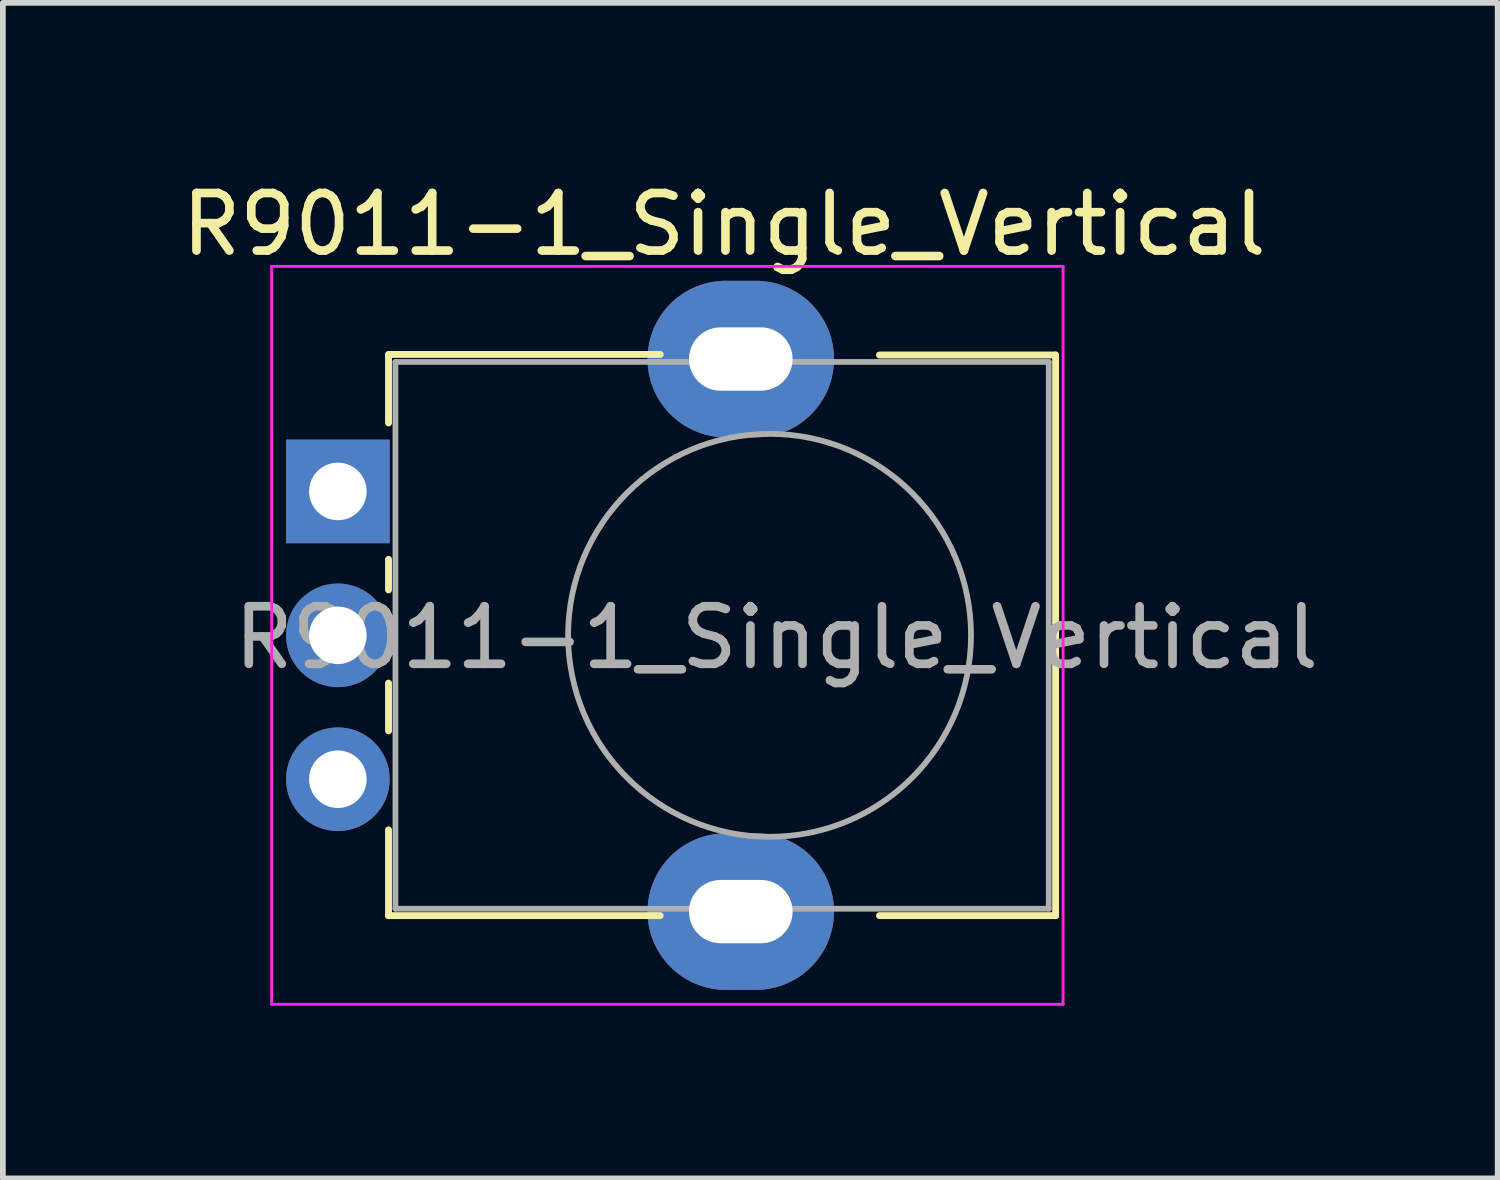
<source format=kicad_pcb>
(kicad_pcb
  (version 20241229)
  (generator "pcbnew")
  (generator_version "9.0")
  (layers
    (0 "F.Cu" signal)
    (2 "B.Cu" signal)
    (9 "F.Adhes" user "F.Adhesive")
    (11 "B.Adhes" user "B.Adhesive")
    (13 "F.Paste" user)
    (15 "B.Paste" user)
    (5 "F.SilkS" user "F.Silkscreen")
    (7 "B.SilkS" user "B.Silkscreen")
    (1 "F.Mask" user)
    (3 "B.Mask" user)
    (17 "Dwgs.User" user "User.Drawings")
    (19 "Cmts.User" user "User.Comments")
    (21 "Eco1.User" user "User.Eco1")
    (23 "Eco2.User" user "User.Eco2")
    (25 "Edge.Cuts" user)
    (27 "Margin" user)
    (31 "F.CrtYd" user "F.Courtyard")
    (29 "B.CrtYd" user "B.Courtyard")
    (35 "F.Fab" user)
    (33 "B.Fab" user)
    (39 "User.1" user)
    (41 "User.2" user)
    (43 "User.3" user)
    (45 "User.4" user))
  (footprint "R9011-1_Single_Vertical"
    (layer "F.Cu")
    (at 2.82 5.488)
    (property "Reference" "R9011-1_Single_Vertical" (at 6.71 -4.64 180) (layer "F.SilkS") (effects (font (size 1 1) (thickness 0.15))))
    (attr through_hole)
    (fp_line (start 0.88 -2.38) (end 5.6 -2.38) (stroke (width 0.12) (type solid)) (layer "F.SilkS"))
    (fp_line (start 0.88 -1.19) (end 0.88 -2.37) (stroke (width 0.12) (type solid)) (layer "F.SilkS"))
    (fp_line (start 0.88 1.71) (end 0.88 1.18) (stroke (width 0.12) (type solid)) (layer "F.SilkS"))
    (fp_line (start 0.88 4.16) (end 0.88 3.33) (stroke (width 0.12) (type solid)) (layer "F.SilkS"))
    (fp_line (start 0.88 7.37) (end 0.88 5.88) (stroke (width 0.12) (type solid)) (layer "F.SilkS"))
    (fp_line (start 0.88 7.37) (end 5.6 7.37) (stroke (width 0.12) (type solid)) (layer "F.SilkS"))
    (fp_line (start 9.41 -2.37) (end 12.47 -2.37) (stroke (width 0.12) (type solid)) (layer "F.SilkS"))
    (fp_line (start 9.41 7.37) (end 12.47 7.37) (stroke (width 0.12) (type solid)) (layer "F.SilkS"))
    (fp_line (start 12.47 7.37) (end 12.47 -2.37) (stroke (width 0.12) (type solid)) (layer "F.SilkS"))
    (fp_line (start -1.15 -3.91) (end -1.15 8.91) (stroke (width 0.05) (type solid)) (layer "F.CrtYd"))
    (fp_line (start -1.15 8.91) (end 12.6 8.91) (stroke (width 0.05) (type solid)) (layer "F.CrtYd"))
    (fp_line (start 12.6 -3.91) (end -1.15 -3.91) (stroke (width 0.05) (type solid)) (layer "F.CrtYd"))
    (fp_line (start 12.6 8.91) (end 12.6 -3.91) (stroke (width 0.05) (type solid)) (layer "F.CrtYd"))
    (fp_line (start 1 -2.25) (end 12.35 -2.25) (stroke (width 0.1) (type solid)) (layer "F.Fab"))
    (fp_line (start 1 7.25) (end 1 -2.25) (stroke (width 0.1) (type solid)) (layer "F.Fab"))
    (fp_line (start 1 7.25) (end 12.35 7.25) (stroke (width 0.1) (type solid)) (layer "F.Fab"))
    (fp_line (start 12.35 7.25) (end 12.35 -2.25) (stroke (width 0.1) (type solid)) (layer "F.Fab"))
    (fp_circle (center 7.5 2.5) (end 7.5 -1) (stroke (width 0.1) (type solid)) (fill no) (layer "F.Fab"))
    (fp_text user "${REFERENCE}" (at 7.62 2.54 0) (layer "F.Fab") (effects (font (size 1 1) (thickness 0.15))))
    (pad "1" thru_hole rect (at 0 0 90) (size 1.8 1.8) (drill 1) (layers "*.Cu" "*.Mask"))
    (pad "2" thru_hole circle (at 0 2.5 90) (size 1.8 1.8) (drill 1) (layers "*.Cu" "*.Mask"))
    (pad "3" thru_hole circle (at 0 5 90) (size 1.8 1.8) (drill 1) (layers "*.Cu" "*.Mask"))
    (pad "MP" thru_hole oval (at 7 -2.3 90) (size 2.72 3.24) (drill oval 1.1 1.8) (layers "*.Cu" "*.Mask"))
    (pad "MP" thru_hole oval (at 7 7.3 90) (size 2.72 3.24) (drill oval 1.1 1.8) (layers "*.Cu" "*.Mask")))
  (gr_rect
    (start -3 -3)
    (end 22.97 17.423)
    (stroke (width 0.1) (type default))
    (fill no)
    (layer "Edge.Cuts")))
</source>
